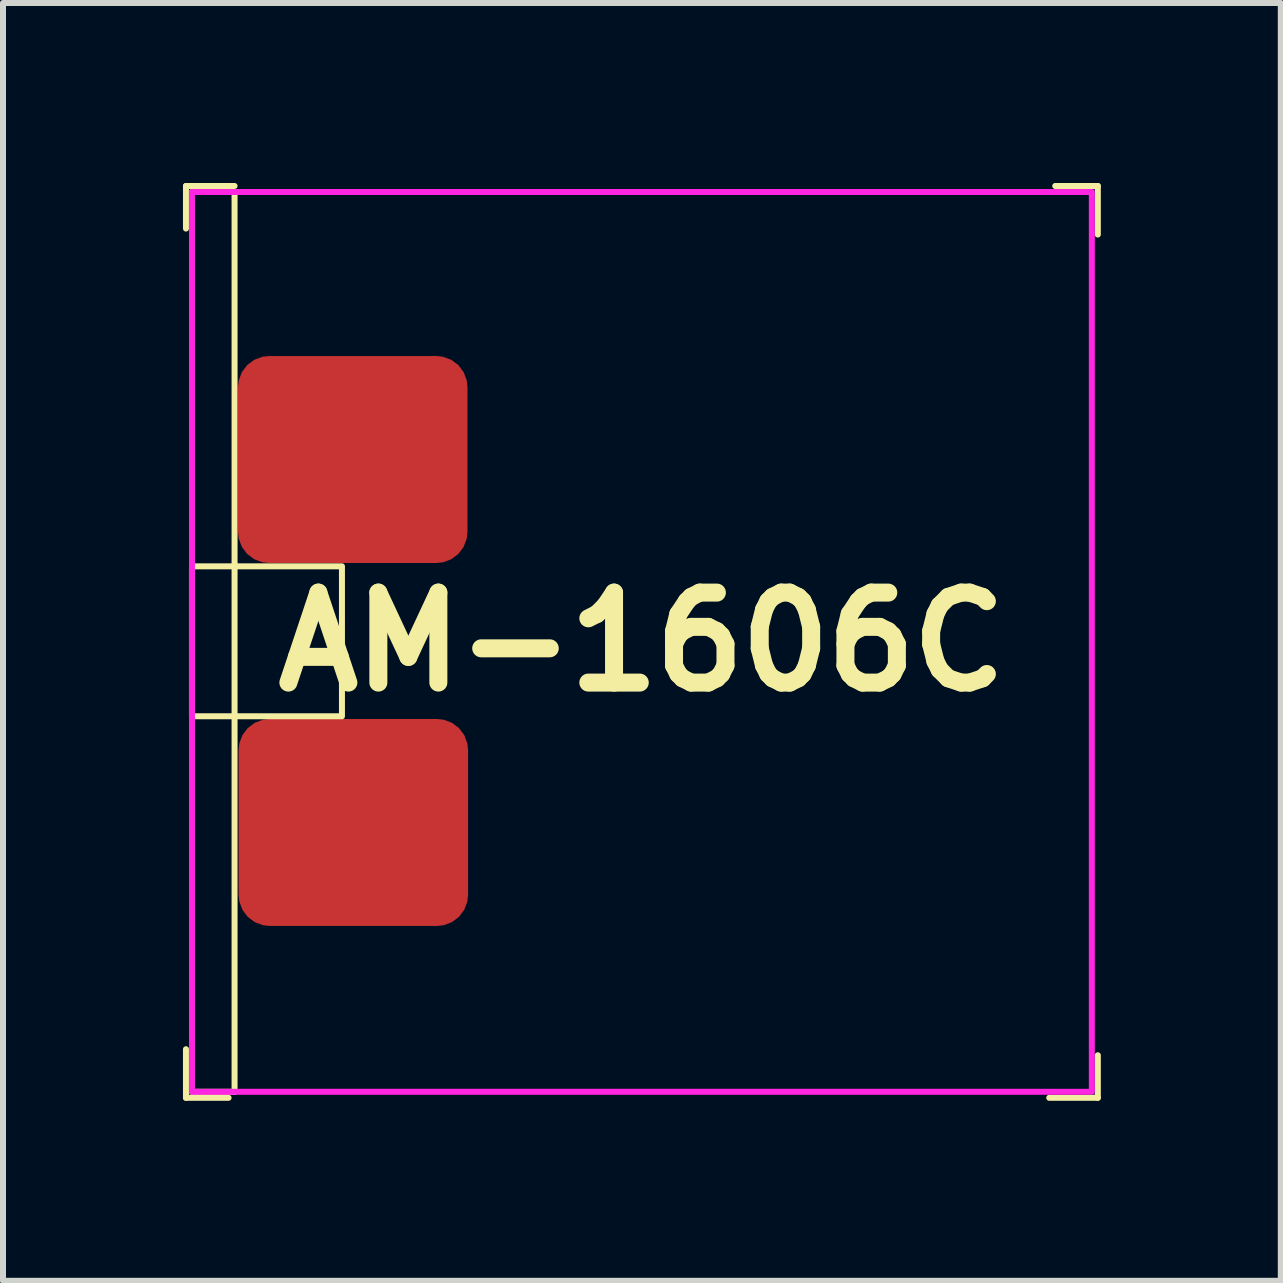
<source format=kicad_pcb>
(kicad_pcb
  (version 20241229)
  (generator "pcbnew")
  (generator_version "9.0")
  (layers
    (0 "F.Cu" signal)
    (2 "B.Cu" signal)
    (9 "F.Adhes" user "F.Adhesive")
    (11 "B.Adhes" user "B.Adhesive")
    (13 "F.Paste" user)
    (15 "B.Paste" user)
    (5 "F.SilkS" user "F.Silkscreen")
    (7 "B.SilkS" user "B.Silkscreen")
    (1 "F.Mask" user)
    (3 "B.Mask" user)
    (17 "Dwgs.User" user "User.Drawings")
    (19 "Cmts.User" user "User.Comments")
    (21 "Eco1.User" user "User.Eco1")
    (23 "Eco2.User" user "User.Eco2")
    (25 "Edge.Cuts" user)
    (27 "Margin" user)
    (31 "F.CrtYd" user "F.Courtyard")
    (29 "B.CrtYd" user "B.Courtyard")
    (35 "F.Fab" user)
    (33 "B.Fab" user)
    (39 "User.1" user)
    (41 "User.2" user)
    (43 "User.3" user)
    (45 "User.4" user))
  (footprint "AM-1606C"
    (layer "F.Cu")
    (at 7.65 7.65)
    (property "Reference" "AM-1606C" (at 0 0 0) (layer "F.SilkS") (effects (font (size 1.5 1.5) (thickness 0.3))))
    (attr board_only exclude_from_pos_files exclude_from_bom)
    (fp_line (start -7.6 -7.6) (end -7.6 -6.89) (stroke (width 0.1) (type default)) (layer "F.SilkS"))
    (fp_line (start -7.6 -7.6) (end -6.79 -7.6) (stroke (width 0.1) (type default)) (layer "F.SilkS"))
    (fp_line (start -7.6 7.6) (end -7.6 6.79) (stroke (width 0.1) (type default)) (layer "F.SilkS"))
    (fp_line (start -7.6 7.6) (end -6.89 7.6) (stroke (width 0.1) (type default)) (layer "F.SilkS"))
    (fp_line (start -7.5 -7.5) (end -6.79 -7.5) (stroke (width 0.1) (type default)) (layer "F.SilkS"))
    (fp_line (start -7.5 7.5) (end -6.79 7.5) (stroke (width 0.1) (type default)) (layer "F.SilkS"))
    (fp_line (start -6.79 -7.5) (end -6.79 7.5) (stroke (width 0.1) (type default)) (layer "F.SilkS"))
    (fp_line (start 7.6 -7.6) (end 6.89 -7.6) (stroke (width 0.1) (type default)) (layer "F.SilkS"))
    (fp_line (start 7.6 -7.6) (end 7.6 -6.79) (stroke (width 0.1) (type default)) (layer "F.SilkS"))
    (fp_line (start 7.6 7.6) (end 6.79 7.6) (stroke (width 0.1) (type default)) (layer "F.SilkS"))
    (fp_line (start 7.6 7.6) (end 7.6 6.89) (stroke (width 0.1) (type default)) (layer "F.SilkS"))
    (fp_rect (start -7.5 -1.26) (end -5 1.24) (stroke (width 0.1) (type solid)) (fill no) (layer "F.SilkS"))
    (fp_rect (start -7.5 -7.5) (end 7.5 7.5) (stroke (width 0.1) (type solid)) (fill no) (layer "F.CrtYd"))
    (pad "1" smd roundrect (at -4.82 -3.04) (size 3.825 3.45) (layers "F.Cu" "F.Mask" "F.Paste") (roundrect_rratio 0.15))
    (pad "2" smd roundrect (at -4.81 3.01) (size 3.825 3.45) (layers "F.Cu" "F.Mask" "F.Paste") (roundrect_rratio 0.15))
    (zone (net_name "") (layer "F.SilkS") (hatch edge 0.5) (connect_pads) (min_thickness 0.25) (filled_areas_thickness no) (keepout (tracks not_allowed) (vias not_allowed) (pads not_allowed) (copperpour allowed) (footprints allowed)) (placement (enabled no)) (fill) (polygon (pts (xy 0.15 6.39) (xy 2.65 6.39) (xy 2.65 8.89) (xy 0.15 8.89)))))
  (gr_rect
    (start -3 -3)
    (end 18.3 18.3)
    (stroke (width 0.1) (type default))
    (fill no)
    (layer "Edge.Cuts")))
</source>
